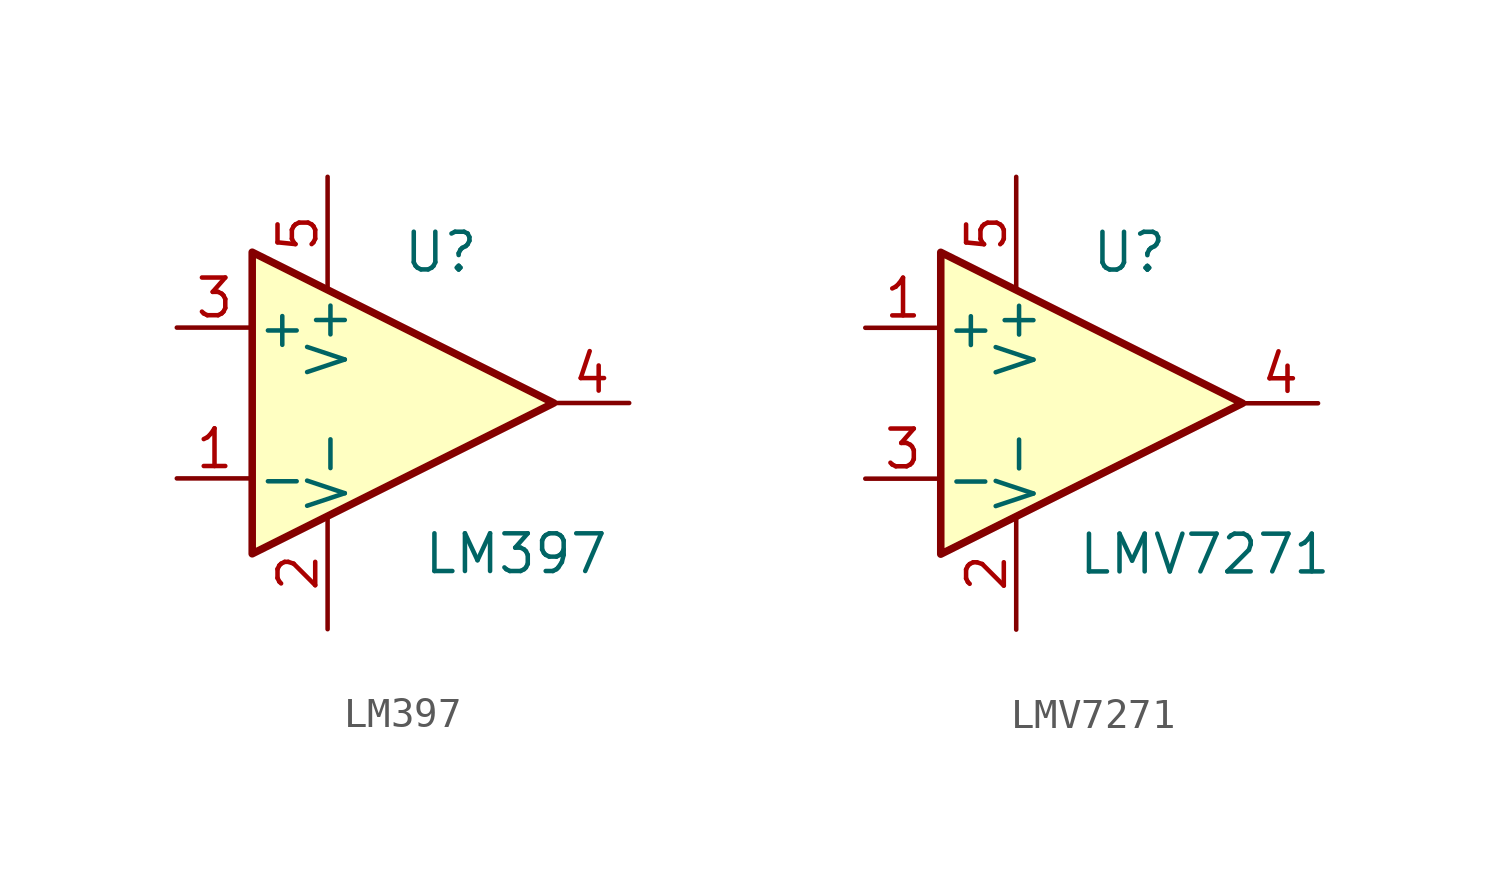
<source format=kicad_sym>
(kicad_symbol_lib
  (version 20231120)
  (generator "kicad_symbol_editor")
  (generator_version "8.0")
  (symbol "LM397"
    (pin_names
      (offset 0.127))
    (property "Reference" "U"
      (at 1.27 5.08 0)
      (effects (font (size 1.27 1.27))))
    (property "Value" "LM397"
      (at 3.81 -5.08 0)
      (effects (font (size 1.27 1.27))))
    (symbol "LM397_0_1"
      (polyline (pts (xy -5.08 5.08) (xy 5.08 0) (xy -5.08 -5.08) (xy -5.08 5.08)) (stroke (width 0.254) (type default)) (fill (type background))))
    (symbol "LM397_1_1"
      (pin input line (at -7.62 -2.54 0) (length 2.54) (name "-" (effects (font (size 1.27 1.27)))) (number "1" (effects (font (size 1.27 1.27)))))
      (pin power_in line (at -2.54 -7.62 90) (length 3.81) (name "V-" (effects (font (size 1.27 1.27)))) (number "2" (effects (font (size 1.27 1.27)))))
      (pin input line (at -7.62 2.54 0) (length 2.54) (name "+" (effects (font (size 1.27 1.27)))) (number "3" (effects (font (size 1.27 1.27)))))
      (pin open_collector line (at 7.62 0 180) (length 2.54) (name "~" (effects (font (size 1.27 1.27)))) (number "4" (effects (font (size 1.27 1.27)))))
      (pin power_in line (at -2.54 7.62 270) (length 3.81) (name "V+" (effects (font (size 1.27 1.27)))) (number "5" (effects (font (size 1.27 1.27)))))))
  (symbol "LMV7271"
    (pin_names
      (offset 0.127))
    (property "Reference" "U"
      (at 1.27 5.08 0)
      (effects (font (size 1.27 1.27))))
    (property "Value" "LMV7271"
      (at 3.81 -5.08 0)
      (effects (font (size 1.27 1.27))))
    (symbol "LMV7271_0_1"
      (polyline (pts (xy -5.08 5.08) (xy 5.08 0) (xy -5.08 -5.08) (xy -5.08 5.08)) (stroke (width 0.254) (type default)) (fill (type background))))
    (symbol "LMV7271_1_1"
      (pin input line (at -7.62 2.54 0) (length 2.54) (name "+" (effects (font (size 1.27 1.27)))) (number "1" (effects (font (size 1.27 1.27)))))
      (pin power_in line (at -2.54 -7.62 90) (length 3.81) (name "V-" (effects (font (size 1.27 1.27)))) (number "2" (effects (font (size 1.27 1.27)))))
      (pin input line (at -7.62 -2.54 0) (length 2.54) (name "-" (effects (font (size 1.27 1.27)))) (number "3" (effects (font (size 1.27 1.27)))))
      (pin output line (at 7.62 0 180) (length 2.54) (name "~" (effects (font (size 1.27 1.27)))) (number "4" (effects (font (size 1.27 1.27)))))
      (pin power_in line (at -2.54 7.62 270) (length 3.81) (name "V+" (effects (font (size 1.27 1.27)))) (number "5" (effects (font (size 1.27 1.27))))))))
</source>
